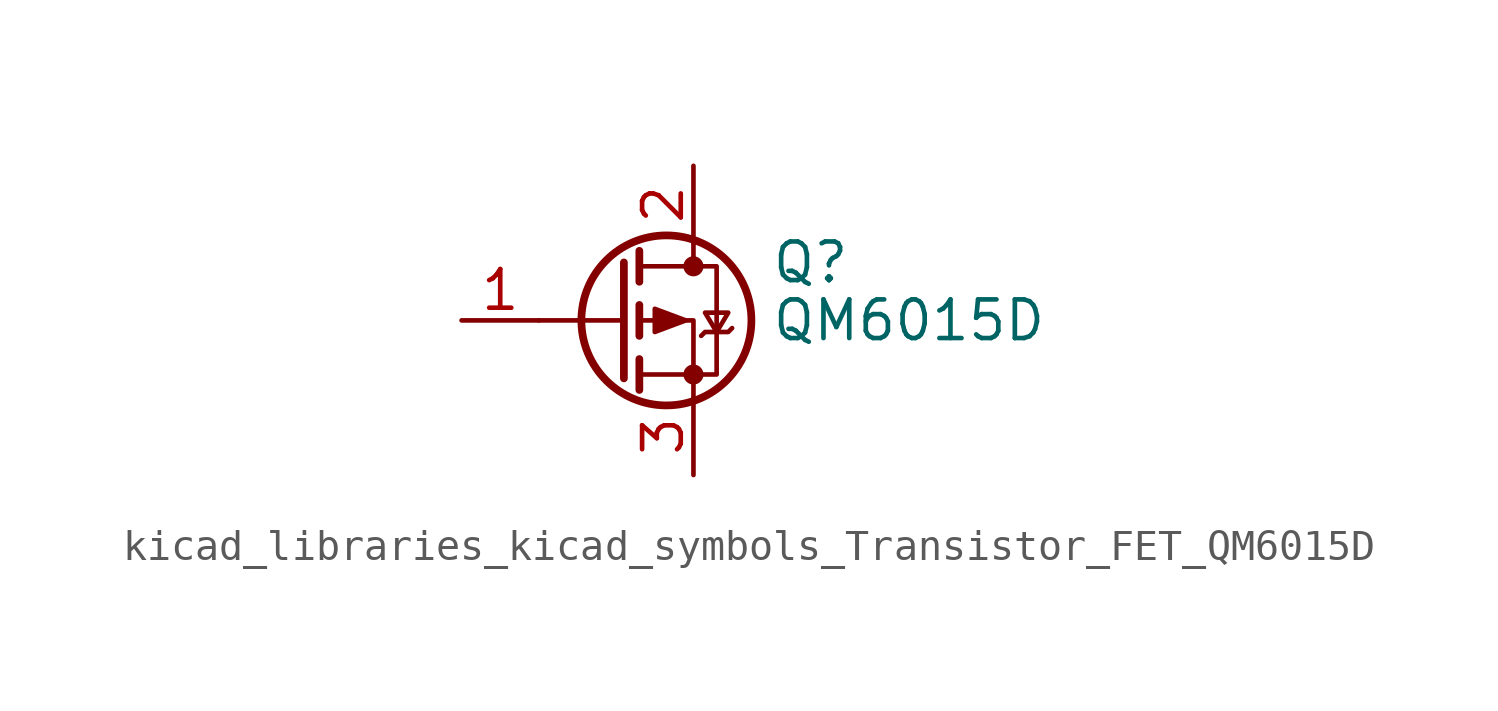
<source format=kicad_sym>
(kicad_symbol_lib
  (version 20220914)
  (generator kicad_symbol_editor)
  (symbol "kicad_libraries_kicad_symbols_Transistor_FET_QM6015D"
    (pin_names hide)
    (property "Reference" "Q"
      (at 5.08 1.905 0)
      (effects (font (size 1.27 1.27)) (justify left)))
    (property "Value" "QM6015D"
      (at 5.08 0 0)
      (effects (font (size 1.27 1.27)) (justify left)))
    (symbol "kicad_libraries_kicad_symbols_Transistor_FET_QM6015D_0_1"
      (polyline (pts (xy 0.254 0) (xy -2.54 0)) (stroke (width 0) (type default)) (fill (type none)))
      (polyline (pts (xy 0.254 1.905) (xy 0.254 -1.905)) (stroke (width 0.254) (type default)) (fill (type none)))
      (polyline (pts (xy 0.762 -1.27) (xy 0.762 -2.286)) (stroke (width 0.254) (type default)) (fill (type none)))
      (polyline (pts (xy 0.762 0.508) (xy 0.762 -0.508)) (stroke (width 0.254) (type default)) (fill (type none)))
      (polyline (pts (xy 0.762 2.286) (xy 0.762 1.27)) (stroke (width 0.254) (type default)) (fill (type none)))
      (polyline (pts (xy 2.54 2.54) (xy 2.54 1.778)) (stroke (width 0) (type default)) (fill (type none)))
      (polyline (pts (xy 2.54 -2.54) (xy 2.54 0) (xy 0.762 0)) (stroke (width 0) (type default)) (fill (type none)))
      (polyline (pts (xy 0.762 1.778) (xy 3.302 1.778) (xy 3.302 -1.778) (xy 0.762 -1.778)) (stroke (width 0) (type default)) (fill (type none)))
      (polyline (pts (xy 2.286 0) (xy 1.27 0.381) (xy 1.27 -0.381) (xy 2.286 0)) (stroke (width 0) (type default)) (fill (type outline)))
      (polyline (pts (xy 2.794 -0.508) (xy 2.921 -0.381) (xy 3.683 -0.381) (xy 3.81 -0.254)) (stroke (width 0) (type default)) (fill (type none)))
      (polyline (pts (xy 3.302 -0.381) (xy 2.921 0.254) (xy 3.683 0.254) (xy 3.302 -0.381)) (stroke (width 0) (type default)) (fill (type none)))
      (circle (center 1.651 0) (radius 2.794) (stroke (width 0.254) (type default)) (fill (type none)))
      (circle (center 2.54 -1.778) (radius 0.254) (stroke (width 0) (type default)) (fill (type outline)))
      (circle (center 2.54 1.778) (radius 0.254) (stroke (width 0) (type default)) (fill (type outline))))
    (symbol "kicad_libraries_kicad_symbols_Transistor_FET_QM6015D_1_1"
      (pin passive line (at -5.08 0 0) (length 2.54) (name "G" (effects (font (size 1.27 1.27)))) (number "1" (effects (font (size 1.27 1.27)))))
      (pin passive line (at 2.54 5.08 270) (length 2.54) (name "D" (effects (font (size 1.27 1.27)))) (number "2" (effects (font (size 1.27 1.27)))))
      (pin passive line (at 2.54 -5.08 90) (length 2.54) (name "S" (effects (font (size 1.27 1.27)))) (number "3" (effects (font (size 1.27 1.27))))))))
</source>
